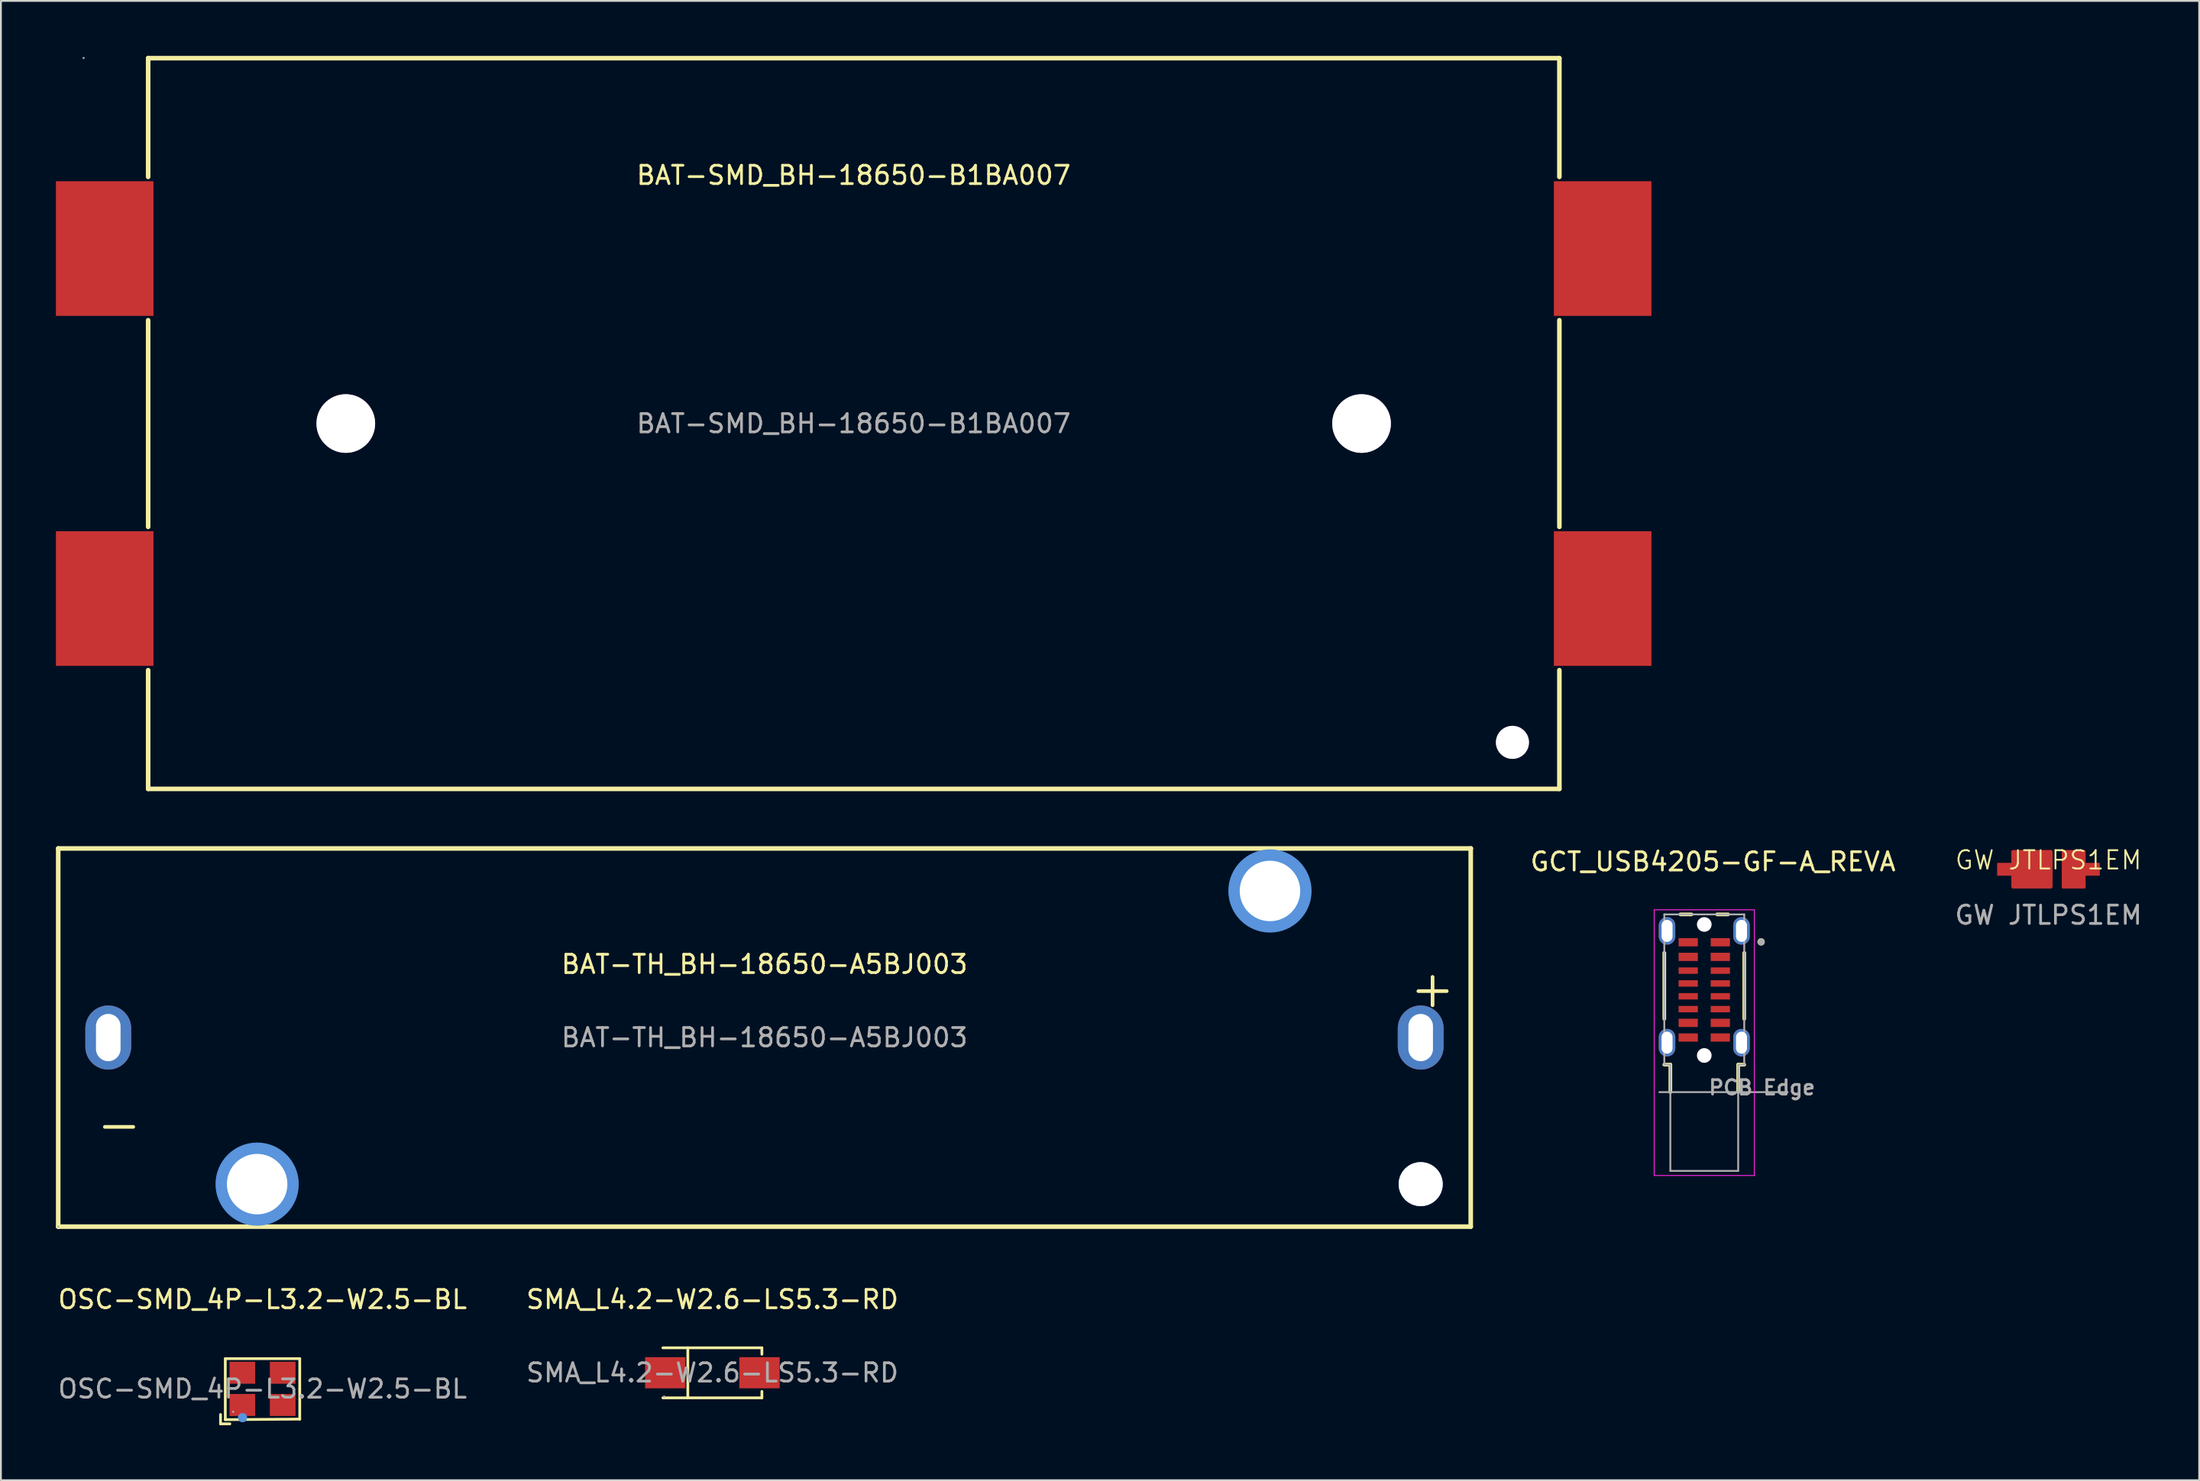
<source format=kicad_pcb>
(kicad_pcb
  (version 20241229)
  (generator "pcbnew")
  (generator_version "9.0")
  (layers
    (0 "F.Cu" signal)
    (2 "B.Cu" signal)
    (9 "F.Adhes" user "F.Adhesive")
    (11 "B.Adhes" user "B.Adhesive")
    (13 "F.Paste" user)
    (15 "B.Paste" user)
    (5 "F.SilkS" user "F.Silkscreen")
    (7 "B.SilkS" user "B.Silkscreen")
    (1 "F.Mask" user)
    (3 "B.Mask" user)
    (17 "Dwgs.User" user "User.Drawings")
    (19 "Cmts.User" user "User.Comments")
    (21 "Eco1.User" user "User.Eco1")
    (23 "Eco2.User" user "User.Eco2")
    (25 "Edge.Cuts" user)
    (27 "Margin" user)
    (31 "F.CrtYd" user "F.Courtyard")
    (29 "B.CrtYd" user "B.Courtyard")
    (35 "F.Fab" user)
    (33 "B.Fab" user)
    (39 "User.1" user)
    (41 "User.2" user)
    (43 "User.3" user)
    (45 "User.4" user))
  (footprint "BAT-SMD_BH-18650-B1BA007"
    (layer "F.Cu")
    (at 43.51 20.065)
    (property "Reference" "BAT-SMD_BH-18650-B1BA007" (at 0 -13.55 0) (layer "F.SilkS") (effects (font (size 1 1) (thickness 0.15))))
    (attr smd)
    (fp_line (start -38.48 -19.94) (end 38.49 -19.94) (stroke (width 0.25) (type solid)) (layer "F.SilkS"))
    (fp_line (start -38.48 -13.46) (end -38.48 -19.94) (stroke (width 0.25) (type solid)) (layer "F.SilkS"))
    (fp_line (start -38.48 5.64) (end -38.48 -5.64) (stroke (width 0.25) (type solid)) (layer "F.SilkS"))
    (fp_line (start -38.48 19.94) (end -38.48 13.46) (stroke (width 0.25) (type solid)) (layer "F.SilkS"))
    (fp_line (start 38.49 -19.94) (end 38.49 -13.46) (stroke (width 0.25) (type solid)) (layer "F.SilkS"))
    (fp_line (start 38.49 -5.64) (end 38.49 5.64) (stroke (width 0.25) (type solid)) (layer "F.SilkS"))
    (fp_line (start 38.49 13.46) (end 38.49 19.94) (stroke (width 0.25) (type solid)) (layer "F.SilkS"))
    (fp_line (start 38.49 19.94) (end -38.48 19.94) (stroke (width 0.25) (type solid)) (layer "F.SilkS"))
    (fp_circle (center -27.7 0) (end -26.95 0) (stroke (width 1.5) (type solid)) (fill no) (layer "Cmts.User"))
    (fp_circle (center 27.7 0) (end 28.45 0) (stroke (width 1.5) (type solid)) (fill no) (layer "Cmts.User"))
    (fp_circle (center 35.93 17.4) (end 36.32 17.4) (stroke (width 0.78) (type solid)) (fill no) (layer "Cmts.User"))
    (fp_circle (center -42 -19.95) (end -41.97 -19.95) (stroke (width 0.06) (type solid)) (fill no) (layer "F.Fab"))
    (fp_text user "${REFERENCE}" (at 0 0 0) (layer "F.Fab") (effects (font (size 1 1) (thickness 0.15))))
    (pad "" thru_hole circle (at -27.7 0) (size 3.2 3.2) (drill 3.2) (layers "*.Cu" "*.Mask"))
    (pad "" thru_hole circle (at 27.7 0) (size 3.2 3.2) (drill 3.2) (layers "*.Cu" "*.Mask"))
    (pad "" thru_hole circle (at 35.93 17.4) (size 1.8 1.8) (drill 1.8) (layers "*.Cu" "*.Mask"))
    (pad "1" smd rect (at -40.85 -9.55) (size 5.32 7.35) (layers "F.Cu" "F.Mask" "F.Paste"))
    (pad "2" smd rect (at 40.85 -9.55) (size 5.32 7.35) (layers "F.Cu" "F.Mask" "F.Paste"))
    (pad "3" smd rect (at -40.85 9.55) (size 5.32 7.35) (layers "F.Cu" "F.Mask" "F.Paste"))
    (pad "4" smd rect (at 40.85 9.55) (size 5.32 7.35) (layers "F.Cu" "F.Mask" "F.Paste")))
  (footprint "OSC-SMD_4P-L3.2-W2.5-BL"
    (layer "F.Cu")
    (at 11.268 72.748)
    (property "Reference" "OSC-SMD_4P-L3.2-W2.5-BL" (at 0 -4.88 0) (layer "F.SilkS") (effects (font (size 1 1) (thickness 0.15))))
    (attr smd)
    (fp_line (start -2.29 1.4) (end -2.29 1.91) (stroke (width 0.15) (type solid)) (layer "F.SilkS"))
    (fp_line (start -2.29 1.91) (end -1.78 1.91) (stroke (width 0.15) (type solid)) (layer "F.SilkS"))
    (fp_line (start -2.03 -1.65) (end 2.03 -1.65) (stroke (width 0.15) (type solid)) (layer "F.SilkS"))
    (fp_line (start -2.03 1.68) (end -2.03 -1.65) (stroke (width 0.15) (type solid)) (layer "F.SilkS"))
    (fp_line (start 2.03 -1.65) (end 2.03 0) (stroke (width 0.15) (type solid)) (layer "F.SilkS"))
    (fp_line (start 2.03 0) (end 2.03 1.65) (stroke (width 0.15) (type solid)) (layer "F.SilkS"))
    (fp_line (start 2.03 1.65) (end -2.03 1.68) (stroke (width 0.15) (type solid)) (layer "F.SilkS"))
    (fp_line (start 2.03 1.65) (end 2.03 1.65) (stroke (width 0.15) (type solid)) (layer "F.SilkS"))
    (fp_circle (center -1.09 1.57) (end -0.96 1.57) (stroke (width 0.25) (type solid)) (fill no) (layer "Cmts.User"))
    (fp_circle (center -1.6 1.25) (end -1.57 1.25) (stroke (width 0.06) (type solid)) (fill no) (layer "F.Fab"))
    (fp_text user "${REFERENCE}" (at 0 0 0) (layer "F.Fab") (effects (font (size 1 1) (thickness 0.15))))
    (pad "1" smd rect (at -1.1 0.88) (size 1.4 1.2) (layers "F.Cu" "F.Mask" "F.Paste"))
    (pad "2" smd rect (at 1.1 0.88) (size 1.4 1.2) (layers "F.Cu" "F.Mask" "F.Paste"))
    (pad "3" smd rect (at 1.1 -0.88) (size 1.4 1.2) (layers "F.Cu" "F.Mask" "F.Paste"))
    (pad "4" smd rect (at -1.1 -0.88) (size 1.4 1.2) (layers "F.Cu" "F.Mask" "F.Paste")))
  (footprint "GW JTLPS1EM"
    (layer "F.Cu")
    (at 108.675 44.391)
    (property "Reference" "GW JTLPS1EM" (at 0 -0.5 0) (unlocked yes) (layer "F.SilkS") (effects (font (size 1 1) (thickness 0.1))))
    (attr smd)
    (fp_text user "${REFERENCE}" (at 0 2.5 0) (unlocked yes) (layer "F.Fab") (effects (font (size 1 1) (thickness 0.15))))
    (pad "1" smd roundrect (at -1.8 0 90) (size 0.7 2) (layers "F.Cu" "F.Mask" "F.Paste") (roundrect_rratio 0.048))
    (pad "1" smd roundrect (at -0.9 0) (size 2.25 2.1) (layers "F.Cu" "F.Mask" "F.Paste") (roundrect_rratio 0.048))
    (pad "2" smd roundrect (at 1.375 0) (size 1.3 2.1) (layers "F.Cu" "F.Mask" "F.Paste") (roundrect_rratio 0.048))
    (pad "2" smd roundrect (at 1.8 0 90) (size 0.7 2) (layers "F.Cu" "F.Mask" "F.Paste") (roundrect_rratio 0.048)))
  (footprint "SMA_L4.2-W2.6-LS5.3-RD"
    (layer "F.Cu")
    (at 35.804 71.868)
    (property "Reference" "SMA_L4.2-W2.6-LS5.3-RD" (at 0 -4 0) (layer "F.SilkS") (effects (font (size 1 1) (thickness 0.15))))
    (attr smd)
    (fp_line (start -2.7 -1.36) (end 2.7 -1.36) (stroke (width 0.15) (type solid)) (layer "F.SilkS"))
    (fp_line (start -2.7 1.37) (end 2.7 1.37) (stroke (width 0.15) (type solid)) (layer "F.SilkS"))
    (fp_line (start -1.34 -1.36) (end -1.34 1.37) (stroke (width 0.15) (type solid)) (layer "F.SilkS"))
    (fp_line (start 2.7 -1.36) (end 2.7 -1.01) (stroke (width 0.15) (type solid)) (layer "F.SilkS"))
    (fp_line (start 2.7 1.37) (end 2.7 1.02) (stroke (width 0.15) (type solid)) (layer "F.SilkS"))
    (fp_circle (center -2.63 1.3) (end -2.6 1.3) (stroke (width 0.06) (type solid)) (fill no) (layer "F.Fab"))
    (fp_text user "${REFERENCE}" (at 0 0 0) (layer "F.Fab") (effects (font (size 1 1) (thickness 0.15))))
    (pad "1" smd rect (at -2.57 0) (size 2.2 1.7) (layers "F.Cu" "F.Mask" "F.Paste"))
    (pad "2" smd rect (at 2.57 0) (size 2.2 1.7) (layers "F.Cu" "F.Mask" "F.Paste")))
  (footprint "BAT-TH_BH-18650-A5BJ003"
    (layer "F.Cu")
    (at 38.645 53.575)
    (property "Reference" "BAT-TH_BH-18650-A5BJ003" (at 0 -4 0) (layer "F.SilkS") (effects (font (size 1 1) (thickness 0.15))))
    (attr through_hole)
    (fp_line (start -38.52 -10.32) (end 38.53 -10.32) (stroke (width 0.25) (type solid)) (layer "F.SilkS"))
    (fp_line (start -38.52 10.32) (end -38.52 -10.32) (stroke (width 0.25) (type solid)) (layer "F.SilkS"))
    (fp_line (start -38.52 10.32) (end 38.52 10.32) (stroke (width 0.25) (type solid)) (layer "F.SilkS"))
    (fp_line (start 38.52 10.32) (end 38.52 -10.32) (stroke (width 0.25) (type solid)) (layer "F.SilkS"))
    (fp_circle (center -27.67 8) (end -26.92 8) (stroke (width 1.52) (type solid)) (fill no) (layer "Cmts.User"))
    (fp_circle (center 27.57 -8) (end 28.32 -8) (stroke (width 1.52) (type solid)) (fill no) (layer "Cmts.User"))
    (fp_circle (center 35.79 8) (end 36.39 8) (stroke (width 1.2) (type solid)) (fill no) (layer "Cmts.User"))
    (fp_circle (center -38.52 10.32) (end -38.49 10.32) (stroke (width 0.06) (type solid)) (fill no) (layer "F.Fab"))
    (fp_text user "-" (at -36.59 4.72 0) (layer "F.SilkS") (effects (font (size 2.03 2.03) (thickness 0.2)) (justify left)))
    (fp_text user "+" (at 35.05 -2.69 0) (layer "F.SilkS") (effects (font (size 2.03 2.03) (thickness 0.2)) (justify left)))
    (fp_text user "${REFERENCE}" (at 0 0 0) (layer "F.Fab") (effects (font (size 1 1) (thickness 0.15))))
    (pad "" thru_hole circle (at -27.67 8) (size 3.3 3.3) (drill 3.3) (layers "*.Cu" "*.Mask"))
    (pad "" thru_hole circle (at 27.57 -8) (size 3.3 3.3) (drill 3.3) (layers "*.Cu" "*.Mask"))
    (pad "" thru_hole circle (at 35.79 8) (size 2.4 2.4) (drill 2.4) (layers "*.Cu" "*.Mask"))
    (pad "1" thru_hole oval (at -35.79 0 180) (size 2.5 3.5) (drill oval 1.34 2.58) (layers "*.Cu" "*.Mask"))
    (pad "2" thru_hole oval (at 35.79 0 180) (size 2.5 3.5) (drill oval 1.34 2.58) (layers "*.Cu" "*.Mask")))
  (footprint "GCT_USB4205-GF-A_REVA"
    (layer "F.Cu")
    (at 89.902 56.553)
    (property "Reference" "GCT_USB4205-GF-A_REVA" (at 0.475 -12.575 0) (layer "F.SilkS") (effects (font (size 1 1) (thickness 0.15))))
    (attr smd)
    (fp_line (start -2.18 -7.6) (end -2.18 -4) (stroke (width 0.2) (type solid)) (layer "F.SilkS"))
    (fp_line (start -2.18 -1.5) (end -1.85 -1.5) (stroke (width 0.2) (type solid)) (layer "F.SilkS"))
    (fp_line (start -1.85 -1.5) (end -1.85 0) (stroke (width 0.2) (type solid)) (layer "F.SilkS"))
    (fp_line (start -1.3 -9.7) (end -0.7 -9.7) (stroke (width 0.2) (type solid)) (layer "F.SilkS"))
    (fp_line (start 1.3 -9.7) (end 0.7 -9.7) (stroke (width 0.2) (type solid)) (layer "F.SilkS"))
    (fp_line (start 1.85 -1.5) (end 1.85 0) (stroke (width 0.2) (type solid)) (layer "F.SilkS"))
    (fp_line (start 2.18 -7.6) (end 2.18 -4) (stroke (width 0.2) (type solid)) (layer "F.SilkS"))
    (fp_line (start 2.18 -1.5) (end 1.85 -1.5) (stroke (width 0.2) (type solid)) (layer "F.SilkS"))
    (fp_circle (center 3.1 -8.2) (end 3.2 -8.2) (stroke (width 0.2) (type solid)) (fill no) (layer "F.SilkS"))
    (fp_line (start -2.73 -9.95) (end -2.73 4.55) (stroke (width 0.05) (type solid)) (layer "F.CrtYd"))
    (fp_line (start -2.73 4.55) (end 2.73 4.55) (stroke (width 0.05) (type solid)) (layer "F.CrtYd"))
    (fp_line (start 2.73 -9.95) (end -2.73 -9.95) (stroke (width 0.05) (type solid)) (layer "F.CrtYd"))
    (fp_line (start 2.73 4.55) (end 2.73 -9.95) (stroke (width 0.05) (type solid)) (layer "F.CrtYd"))
    (fp_line (start -2.45 0) (end 4.55 0) (stroke (width 0.1) (type solid)) (layer "F.Fab"))
    (fp_line (start -2.18 -9.7) (end -2.18 -1.5) (stroke (width 0.1) (type solid)) (layer "F.Fab"))
    (fp_line (start -2.18 -1.5) (end -1.85 -1.5) (stroke (width 0.1) (type solid)) (layer "F.Fab"))
    (fp_line (start -1.85 -1.5) (end -1.85 4.3) (stroke (width 0.1) (type solid)) (layer "F.Fab"))
    (fp_line (start -1.85 4.3) (end 1.85 4.3) (stroke (width 0.1) (type solid)) (layer "F.Fab"))
    (fp_line (start 1.85 -1.5) (end 2.18 -1.5) (stroke (width 0.1) (type solid)) (layer "F.Fab"))
    (fp_line (start 1.85 4.3) (end 1.85 -1.5) (stroke (width 0.1) (type solid)) (layer "F.Fab"))
    (fp_line (start 2.18 -9.7) (end -2.18 -9.7) (stroke (width 0.1) (type solid)) (layer "F.Fab"))
    (fp_line (start 2.18 -1.5) (end 2.18 -9.7) (stroke (width 0.1) (type solid)) (layer "F.Fab"))
    (fp_circle (center 3.1 -8.2) (end 3.2 -8.2) (stroke (width 0.2) (type solid)) (fill no) (layer "F.Fab"))
    (fp_text user "PCB Edge" (at 3.15 -0.25 0) (layer "F.Fab") (effects (font (size 0.787 0.787) (thickness 0.15))))
    (pad "" np_thru_hole circle (at 0 -9.15) (size 0.8 0.8) (drill 0.8) (layers "*.Cu" "*.Mask"))
    (pad "" np_thru_hole circle (at 0 -2) (size 0.8 0.8) (drill 0.8) (layers "*.Cu" "*.Mask"))
    (pad "A1" smd rect (at 0.875 -8.18) (size 1.05 0.45) (layers "F.Cu" "F.Mask" "F.Paste"))
    (pad "A4" smd rect (at 0.875 -7.38) (size 1.05 0.45) (layers "F.Cu" "F.Mask" "F.Paste"))
    (pad "A5" smd rect (at 0.875 -6.63) (size 1.05 0.35) (layers "F.Cu" "F.Mask" "F.Paste"))
    (pad "A6" smd rect (at 0.875 -5.93) (size 1.05 0.35) (layers "F.Cu" "F.Mask" "F.Paste"))
    (pad "A7" smd rect (at 0.875 -5.23) (size 1.05 0.35) (layers "F.Cu" "F.Mask" "F.Paste"))
    (pad "A8" smd rect (at 0.875 -4.53) (size 1.05 0.35) (layers "F.Cu" "F.Mask" "F.Paste"))
    (pad "A9" smd rect (at 0.875 -3.78) (size 1.05 0.45) (layers "F.Cu" "F.Mask" "F.Paste"))
    (pad "A12" smd rect (at 0.875 -2.98) (size 1.05 0.45) (layers "F.Cu" "F.Mask" "F.Paste"))
    (pad "B1" smd rect (at -0.875 -2.98) (size 1.05 0.45) (layers "F.Cu" "F.Mask" "F.Paste"))
    (pad "B4" smd rect (at -0.875 -3.78) (size 1.05 0.45) (layers "F.Cu" "F.Mask" "F.Paste"))
    (pad "B5" smd rect (at -0.875 -4.53) (size 1.05 0.35) (layers "F.Cu" "F.Mask" "F.Paste"))
    (pad "B6" smd rect (at -0.875 -5.23) (size 1.05 0.35) (layers "F.Cu" "F.Mask" "F.Paste"))
    (pad "B7" smd rect (at -0.875 -5.93) (size 1.05 0.35) (layers "F.Cu" "F.Mask" "F.Paste"))
    (pad "B8" smd rect (at -0.875 -6.63) (size 1.05 0.35) (layers "F.Cu" "F.Mask" "F.Paste"))
    (pad "B9" smd rect (at -0.875 -7.38) (size 1.05 0.45) (layers "F.Cu" "F.Mask" "F.Paste"))
    (pad "B12" smd rect (at -0.875 -8.18) (size 1.05 0.45) (layers "F.Cu" "F.Mask" "F.Paste"))
    (pad "SH1" thru_hole oval (at -2.03 -2.7) (size 0.9 1.5) (drill oval 0.6 1.2) (layers "*.Cu" "*.Mask"))
    (pad "SH2" thru_hole oval (at 2.03 -2.7) (size 0.9 1.5) (drill oval 0.6 1.2) (layers "*.Cu" "*.Mask"))
    (pad "SH3" thru_hole oval (at 2.03 -8.8) (size 0.9 1.5) (drill oval 0.6 1.2) (layers "*.Cu" "*.Mask"))
    (pad "SH4" thru_hole oval (at -2.03 -8.8) (size 0.9 1.5) (drill oval 0.6 1.2) (layers "*.Cu" "*.Mask")))
  (gr_rect
    (start -3 -3)
    (end 116.895 77.733)
    (stroke (width 0.1) (type default))
    (fill no)
    (layer "Edge.Cuts")))
</source>
